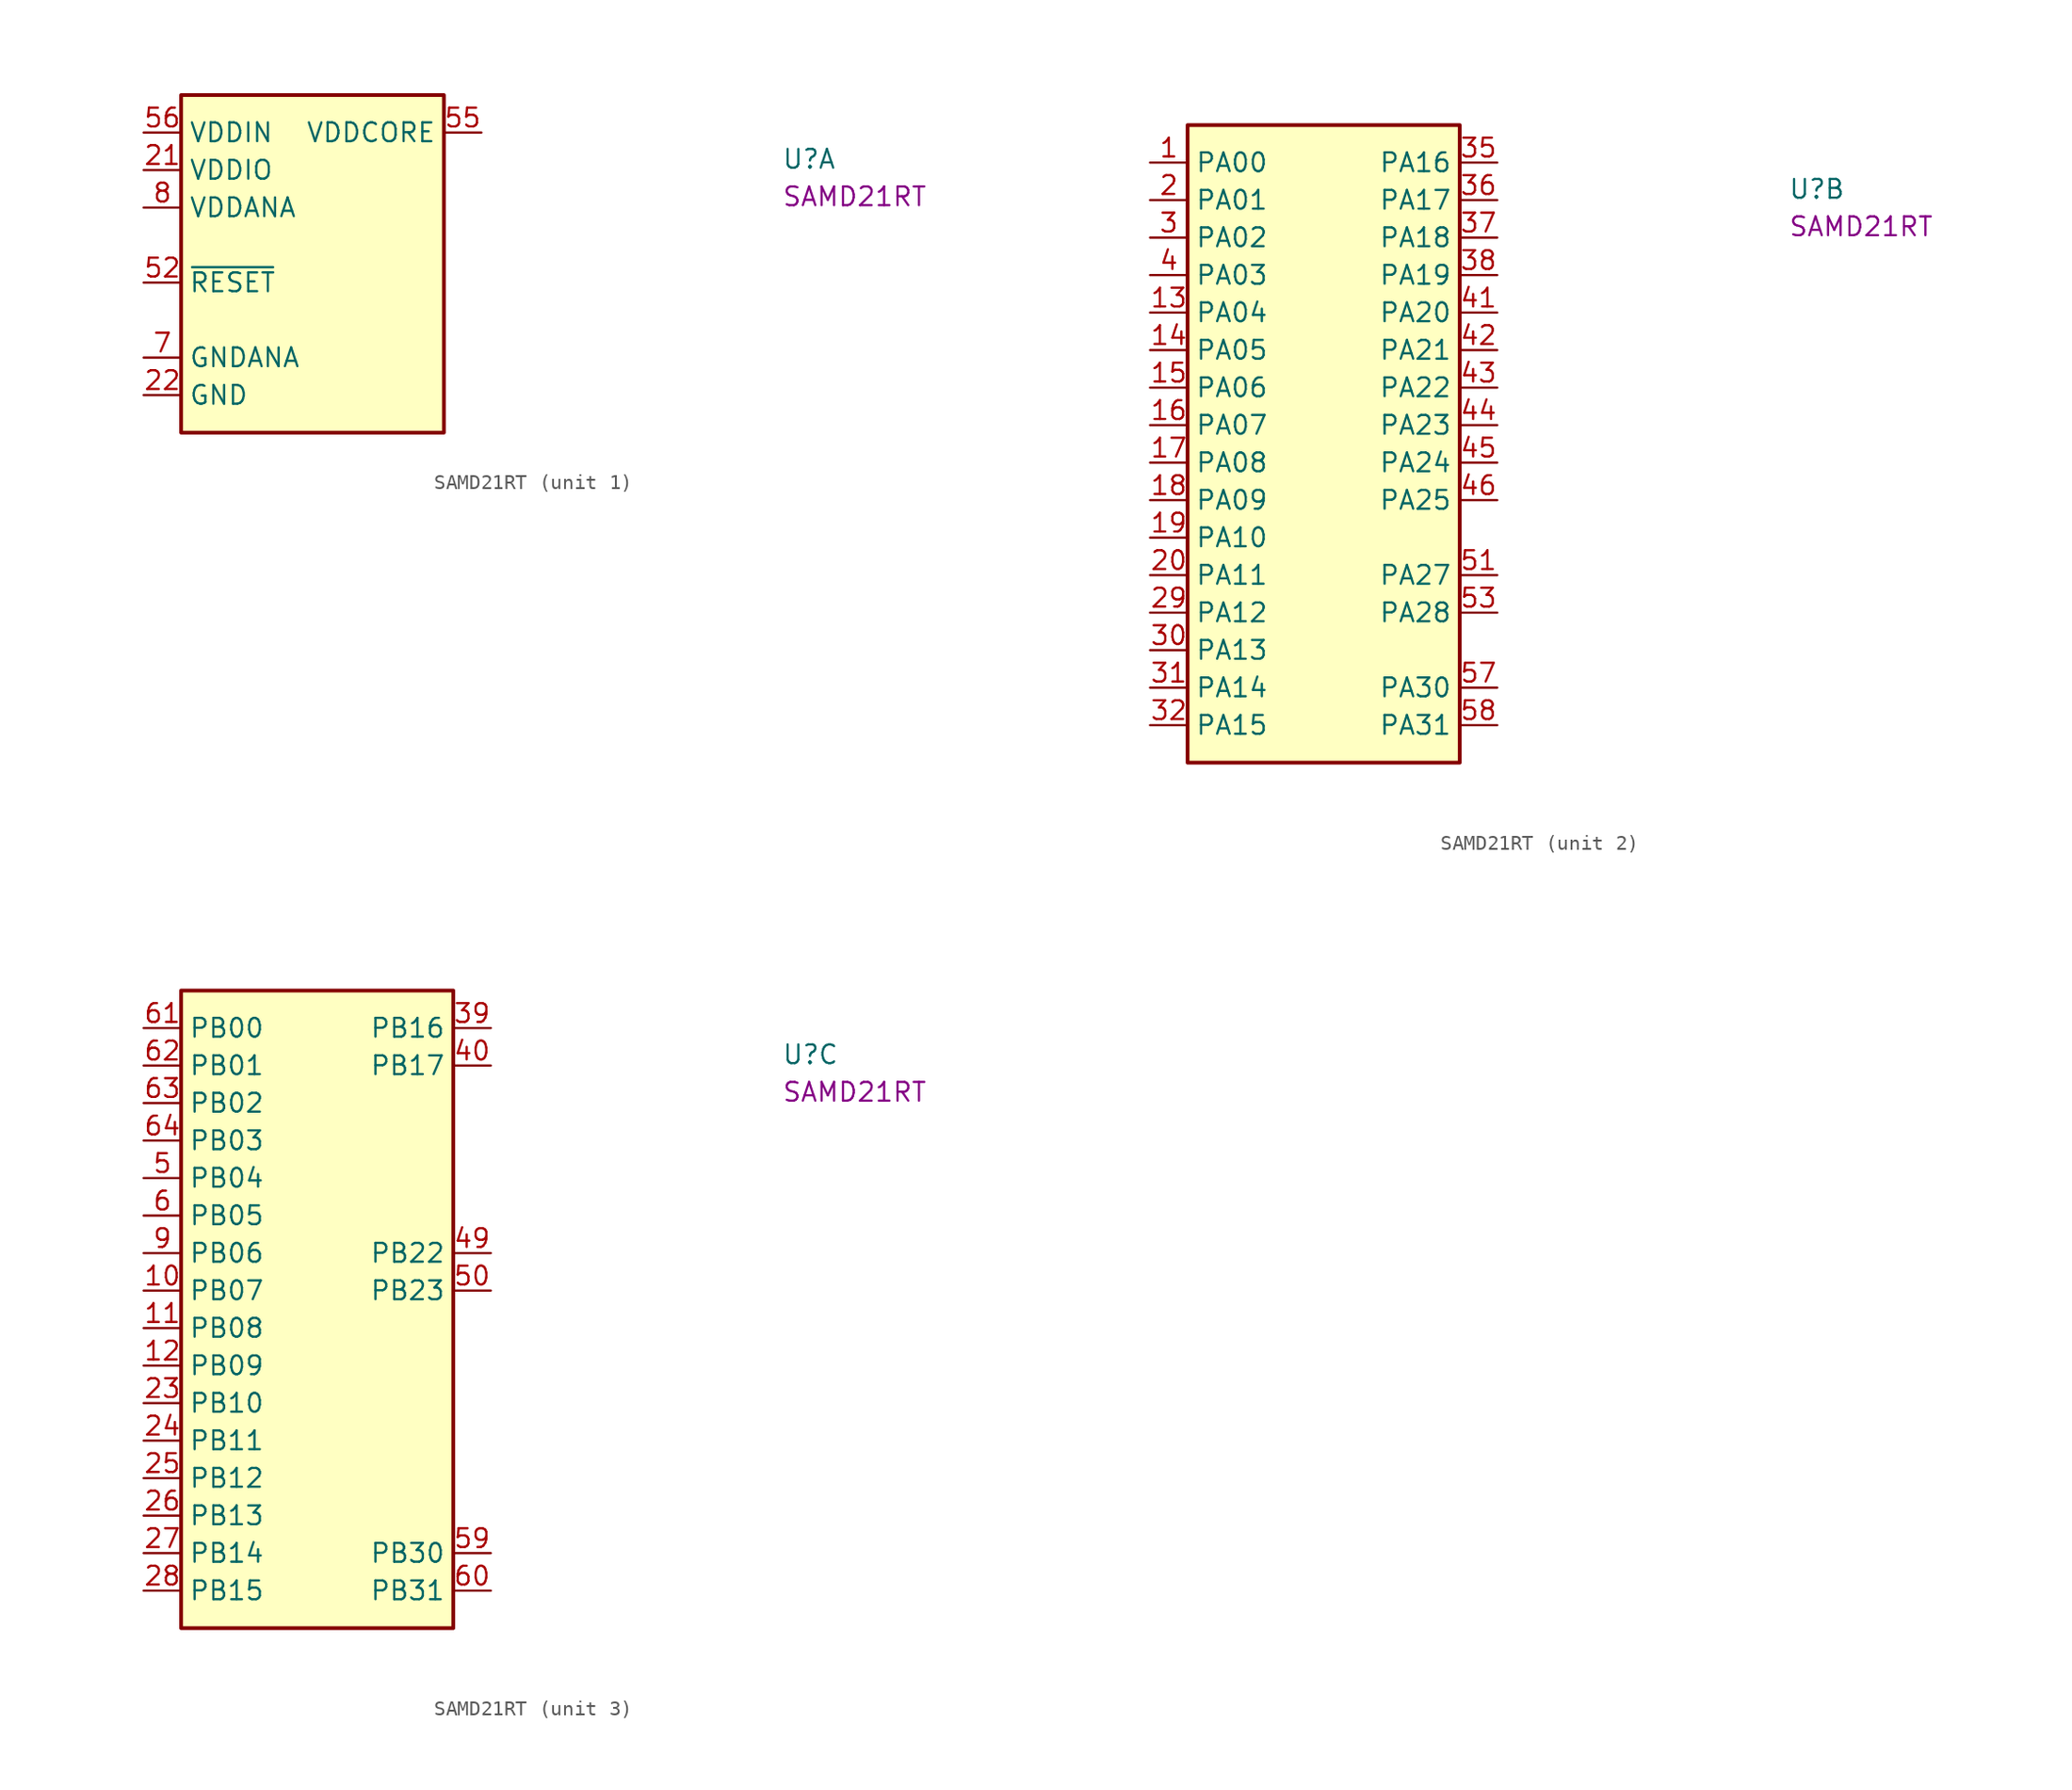
<source format=kicad_sym>
(kicad_symbol_lib
  (version 20220914)
  (generator kicad_symbol_editor)
  (symbol "SAMD21RT"
    (property "Reference" "U"
      (at 43.18 -2.54 0)
      (effects (font (size 1.27 1.27) (thickness 0.15)) (justify left bottom)))
    (property "MPN" "SAMD21RT"
      (at 43.18 -5.08 0)
      (effects (font (size 1.27 1.27) (thickness 0.15)) (justify left bottom)))
    (symbol "SAMD21RT_1_1"
      (rectangle (start 2.54 2.54) (end 20.32 -20.32) (stroke (width 0.254) (type default)) (fill (type background)))
      (pin power_in line (at 0 -2.54 0) (length 2.54) (name "VDDIO" (effects (font (size 1.27 1.27)))) (number "21" (effects (font (size 1.27 1.27)))) (alternate "ADC_IN1" passive line) (alternate "COMP1_INP" passive line) (alternate "LCD_SEG0" passive line) (alternate "TIM2_CH2" passive line) (alternate "USART2_RTS" passive line))
      (pin power_in line (at 0 -17.78 0) (length 2.54) (name "GND" (effects (font (size 1.27 1.27)))) (number "22" (effects (font (size 1.27 1.27)))) (alternate "ADC_IN1" passive line) (alternate "COMP1_INP" passive line) (alternate "LCD_SEG0" passive line) (alternate "TIM2_CH2" passive line) (alternate "USART2_RTS" passive line))
      (pin passive line (at 0 -17.78 0) (length 2.54) hide (name "GND" (effects (font (size 1.27 1.27)))) (number "33" (effects (font (size 1.27 1.27)))) (alternate "ADC_IN1" passive line) (alternate "COMP1_INP" passive line) (alternate "LCD_SEG0" passive line) (alternate "TIM2_CH2" passive line) (alternate "USART2_RTS" passive line))
      (pin passive line (at 0 -2.54 0) (length 2.54) hide (name "VDDIO" (effects (font (size 1.27 1.27)))) (number "34" (effects (font (size 1.27 1.27)))) (alternate "ADC_IN1" passive line) (alternate "COMP1_INP" passive line) (alternate "LCD_SEG0" passive line) (alternate "TIM2_CH2" passive line) (alternate "USART2_RTS" passive line))
      (pin passive line (at 0 -17.78 0) (length 2.54) hide (name "GND" (effects (font (size 1.27 1.27)))) (number "47" (effects (font (size 1.27 1.27)))) (alternate "ADC_IN1" passive line) (alternate "COMP1_INP" passive line) (alternate "LCD_SEG0" passive line) (alternate "TIM2_CH2" passive line) (alternate "USART2_RTS" passive line))
      (pin passive line (at 0 -2.54 0) (length 2.54) hide (name "VDDIO" (effects (font (size 1.27 1.27)))) (number "48" (effects (font (size 1.27 1.27)))) (alternate "ADC_IN1" passive line) (alternate "COMP1_INP" passive line) (alternate "LCD_SEG0" passive line) (alternate "TIM2_CH2" passive line) (alternate "USART2_RTS" passive line))
      (pin input line (at 0 -10.16 0) (length 2.54) (name "~{RESET}" (effects (font (size 1.27 1.27)))) (number "52" (effects (font (size 1.27 1.27)))) (alternate "ADC_IN1" passive line) (alternate "COMP1_INP" passive line) (alternate "LCD_SEG0" passive line) (alternate "TIM2_CH2" passive line) (alternate "USART2_RTS" passive line))
      (pin passive line (at 0 -17.78 0) (length 2.54) hide (name "GND" (effects (font (size 1.27 1.27)))) (number "54" (effects (font (size 1.27 1.27)))) (alternate "ADC_IN1" passive line) (alternate "COMP1_INP" passive line) (alternate "LCD_SEG0" passive line) (alternate "TIM2_CH2" passive line) (alternate "USART2_RTS" passive line))
      (pin power_out line (at 22.86 0 180) (length 2.54) (name "VDDCORE" (effects (font (size 1.27 1.27)))) (number "55" (effects (font (size 1.27 1.27)))) (alternate "ADC_IN1" passive line) (alternate "COMP1_INP" passive line) (alternate "LCD_SEG0" passive line) (alternate "TIM2_CH2" passive line) (alternate "USART2_RTS" passive line))
      (pin power_in line (at 0 0 0) (length 2.54) (name "VDDIN" (effects (font (size 1.27 1.27)))) (number "56" (effects (font (size 1.27 1.27)))) (alternate "ADC_IN1" passive line) (alternate "COMP1_INP" passive line) (alternate "LCD_SEG0" passive line) (alternate "TIM2_CH2" passive line) (alternate "USART2_RTS" passive line))
      (pin power_in line (at 0 -15.24 0) (length 2.54) (name "GNDANA" (effects (font (size 1.27 1.27)))) (number "7" (effects (font (size 1.27 1.27)))) (alternate "ADC_IN1" passive line) (alternate "COMP1_INP" passive line) (alternate "LCD_SEG0" passive line) (alternate "TIM2_CH2" passive line) (alternate "USART2_RTS" passive line))
      (pin power_in line (at 0 -5.08 0) (length 2.54) (name "VDDANA" (effects (font (size 1.27 1.27)))) (number "8" (effects (font (size 1.27 1.27)))) (alternate "ADC_IN1" passive line) (alternate "COMP1_INP" passive line) (alternate "LCD_SEG0" passive line) (alternate "TIM2_CH2" passive line) (alternate "USART2_RTS" passive line)))
    (symbol "SAMD21RT_2_1"
      (rectangle (start 2.54 2.54) (end 20.955 -40.64) (stroke (width 0.254) (type default)) (fill (type background)))
      (pin passive line (at 0 0 0) (length 2.54) (name "PA00" (effects (font (size 1.27 1.27)))) (number "1" (effects (font (size 1.27 1.27)))) (alternate "ADC_IN1" passive line) (alternate "COMP1_INP" passive line) (alternate "LCD_SEG0" passive line) (alternate "TIM2_CH2" passive line) (alternate "USART2_RTS" passive line))
      (pin passive line (at 0 -10.16 0) (length 2.54) (name "PA04" (effects (font (size 1.27 1.27)))) (number "13" (effects (font (size 1.27 1.27)))) (alternate "ADC_IN1" passive line) (alternate "COMP1_INP" passive line) (alternate "LCD_SEG0" passive line) (alternate "TIM2_CH2" passive line) (alternate "USART2_RTS" passive line))
      (pin passive line (at 0 -12.7 0) (length 2.54) (name "PA05" (effects (font (size 1.27 1.27)))) (number "14" (effects (font (size 1.27 1.27)))) (alternate "ADC_IN1" passive line) (alternate "COMP1_INP" passive line) (alternate "LCD_SEG0" passive line) (alternate "TIM2_CH2" passive line) (alternate "USART2_RTS" passive line))
      (pin passive line (at 0 -15.24 0) (length 2.54) (name "PA06" (effects (font (size 1.27 1.27)))) (number "15" (effects (font (size 1.27 1.27)))) (alternate "ADC_IN1" passive line) (alternate "COMP1_INP" passive line) (alternate "LCD_SEG0" passive line) (alternate "TIM2_CH2" passive line) (alternate "USART2_RTS" passive line))
      (pin passive line (at 0 -17.78 0) (length 2.54) (name "PA07" (effects (font (size 1.27 1.27)))) (number "16" (effects (font (size 1.27 1.27)))) (alternate "ADC_IN1" passive line) (alternate "COMP1_INP" passive line) (alternate "LCD_SEG0" passive line) (alternate "TIM2_CH2" passive line) (alternate "USART2_RTS" passive line))
      (pin bidirectional line (at 0 -20.32 0) (length 2.54) (name "PA08" (effects (font (size 1.27 1.27)))) (number "17" (effects (font (size 1.27 1.27)))) (alternate "ADC_IN1" passive line) (alternate "COMP1_INP" passive line) (alternate "LCD_SEG0" passive line) (alternate "TIM2_CH2" passive line) (alternate "USART2_RTS" passive line))
      (pin bidirectional line (at 0 -22.86 0) (length 2.54) (name "PA09" (effects (font (size 1.27 1.27)))) (number "18" (effects (font (size 1.27 1.27)))) (alternate "ADC_IN1" passive line) (alternate "COMP1_INP" passive line) (alternate "LCD_SEG0" passive line) (alternate "TIM2_CH2" passive line) (alternate "USART2_RTS" passive line))
      (pin bidirectional line (at 0 -25.4 0) (length 2.54) (name "PA10" (effects (font (size 1.27 1.27)))) (number "19" (effects (font (size 1.27 1.27)))) (alternate "ADC_IN1" passive line) (alternate "COMP1_INP" passive line) (alternate "LCD_SEG0" passive line) (alternate "TIM2_CH2" passive line) (alternate "USART2_RTS" passive line))
      (pin passive line (at 0 -2.54 0) (length 2.54) (name "PA01" (effects (font (size 1.27 1.27)))) (number "2" (effects (font (size 1.27 1.27)))) (alternate "ADC_IN1" passive line) (alternate "COMP1_INP" passive line) (alternate "LCD_SEG0" passive line) (alternate "TIM2_CH2" passive line) (alternate "USART2_RTS" passive line))
      (pin bidirectional line (at 0 -27.94 0) (length 2.54) (name "PA11" (effects (font (size 1.27 1.27)))) (number "20" (effects (font (size 1.27 1.27)))) (alternate "ADC_IN1" passive line) (alternate "COMP1_INP" passive line) (alternate "LCD_SEG0" passive line) (alternate "TIM2_CH2" passive line) (alternate "USART2_RTS" passive line))
      (pin bidirectional line (at 0 -30.48 0) (length 2.54) (name "PA12" (effects (font (size 1.27 1.27)))) (number "29" (effects (font (size 1.27 1.27)))) (alternate "ADC_IN1" passive line) (alternate "COMP1_INP" passive line) (alternate "LCD_SEG0" passive line) (alternate "TIM2_CH2" passive line) (alternate "USART2_RTS" passive line))
      (pin passive line (at 0 -5.08 0) (length 2.54) (name "PA02" (effects (font (size 1.27 1.27)))) (number "3" (effects (font (size 1.27 1.27)))) (alternate "ADC_IN1" passive line) (alternate "COMP1_INP" passive line) (alternate "LCD_SEG0" passive line) (alternate "TIM2_CH2" passive line) (alternate "USART2_RTS" passive line))
      (pin bidirectional line (at 0 -33.02 0) (length 2.54) (name "PA13" (effects (font (size 1.27 1.27)))) (number "30" (effects (font (size 1.27 1.27)))) (alternate "ADC_IN1" passive line) (alternate "COMP1_INP" passive line) (alternate "LCD_SEG0" passive line) (alternate "TIM2_CH2" passive line) (alternate "USART2_RTS" passive line))
      (pin passive line (at 0 -35.56 0) (length 2.54) (name "PA14" (effects (font (size 1.27 1.27)))) (number "31" (effects (font (size 1.27 1.27)))) (alternate "ADC_IN1" passive line) (alternate "COMP1_INP" passive line) (alternate "LCD_SEG0" passive line) (alternate "TIM2_CH2" passive line) (alternate "USART2_RTS" passive line))
      (pin passive line (at 0 -38.1 0) (length 2.54) (name "PA15" (effects (font (size 1.27 1.27)))) (number "32" (effects (font (size 1.27 1.27)))) (alternate "ADC_IN1" passive line) (alternate "COMP1_INP" passive line) (alternate "LCD_SEG0" passive line) (alternate "TIM2_CH2" passive line) (alternate "USART2_RTS" passive line))
      (pin bidirectional line (at 23.495 0 180) (length 2.54) (name "PA16" (effects (font (size 1.27 1.27)))) (number "35" (effects (font (size 1.27 1.27)))) (alternate "ADC_IN1" passive line) (alternate "COMP1_INP" passive line) (alternate "LCD_SEG0" passive line) (alternate "TIM2_CH2" passive line) (alternate "USART2_RTS" passive line))
      (pin bidirectional line (at 23.495 -2.54 180) (length 2.54) (name "PA17" (effects (font (size 1.27 1.27)))) (number "36" (effects (font (size 1.27 1.27)))) (alternate "ADC_IN1" passive line) (alternate "COMP1_INP" passive line) (alternate "LCD_SEG0" passive line) (alternate "TIM2_CH2" passive line) (alternate "USART2_RTS" passive line))
      (pin bidirectional line (at 23.495 -5.08 180) (length 2.54) (name "PA18" (effects (font (size 1.27 1.27)))) (number "37" (effects (font (size 1.27 1.27)))) (alternate "ADC_IN1" passive line) (alternate "COMP1_INP" passive line) (alternate "LCD_SEG0" passive line) (alternate "TIM2_CH2" passive line) (alternate "USART2_RTS" passive line))
      (pin bidirectional line (at 23.495 -7.62 180) (length 2.54) (name "PA19" (effects (font (size 1.27 1.27)))) (number "38" (effects (font (size 1.27 1.27)))) (alternate "ADC_IN1" passive line) (alternate "COMP1_INP" passive line) (alternate "LCD_SEG0" passive line) (alternate "TIM2_CH2" passive line) (alternate "USART2_RTS" passive line))
      (pin passive line (at 0 -7.62 0) (length 2.54) (name "PA03" (effects (font (size 1.27 1.27)))) (number "4" (effects (font (size 1.27 1.27)))) (alternate "ADC_IN1" passive line) (alternate "COMP1_INP" passive line) (alternate "LCD_SEG0" passive line) (alternate "TIM2_CH2" passive line) (alternate "USART2_RTS" passive line))
      (pin bidirectional line (at 23.495 -10.16 180) (length 2.54) (name "PA20" (effects (font (size 1.27 1.27)))) (number "41" (effects (font (size 1.27 1.27)))) (alternate "ADC_IN1" passive line) (alternate "COMP1_INP" passive line) (alternate "LCD_SEG0" passive line) (alternate "TIM2_CH2" passive line) (alternate "USART2_RTS" passive line))
      (pin bidirectional line (at 23.495 -12.7 180) (length 2.54) (name "PA21" (effects (font (size 1.27 1.27)))) (number "42" (effects (font (size 1.27 1.27)))) (alternate "ADC_IN1" passive line) (alternate "COMP1_INP" passive line) (alternate "LCD_SEG0" passive line) (alternate "TIM2_CH2" passive line) (alternate "USART2_RTS" passive line))
      (pin bidirectional line (at 23.495 -15.24 180) (length 2.54) (name "PA22" (effects (font (size 1.27 1.27)))) (number "43" (effects (font (size 1.27 1.27)))) (alternate "ADC_IN1" passive line) (alternate "COMP1_INP" passive line) (alternate "LCD_SEG0" passive line) (alternate "TIM2_CH2" passive line) (alternate "USART2_RTS" passive line))
      (pin bidirectional line (at 23.495 -17.78 180) (length 2.54) (name "PA23" (effects (font (size 1.27 1.27)))) (number "44" (effects (font (size 1.27 1.27)))) (alternate "ADC_IN1" passive line) (alternate "COMP1_INP" passive line) (alternate "LCD_SEG0" passive line) (alternate "TIM2_CH2" passive line) (alternate "USART2_RTS" passive line))
      (pin bidirectional line (at 23.495 -20.32 180) (length 2.54) (name "PA24" (effects (font (size 1.27 1.27)))) (number "45" (effects (font (size 1.27 1.27)))) (alternate "ADC_IN1" passive line) (alternate "COMP1_INP" passive line) (alternate "LCD_SEG0" passive line) (alternate "TIM2_CH2" passive line) (alternate "USART2_RTS" passive line))
      (pin bidirectional line (at 23.495 -22.86 180) (length 2.54) (name "PA25" (effects (font (size 1.27 1.27)))) (number "46" (effects (font (size 1.27 1.27)))) (alternate "ADC_IN1" passive line) (alternate "COMP1_INP" passive line) (alternate "LCD_SEG0" passive line) (alternate "TIM2_CH2" passive line) (alternate "USART2_RTS" passive line))
      (pin bidirectional line (at 23.495 -27.94 180) (length 2.54) (name "PA27" (effects (font (size 1.27 1.27)))) (number "51" (effects (font (size 1.27 1.27)))) (alternate "ADC_IN1" passive line) (alternate "COMP1_INP" passive line) (alternate "LCD_SEG0" passive line) (alternate "TIM2_CH2" passive line) (alternate "USART2_RTS" passive line))
      (pin bidirectional line (at 23.495 -30.48 180) (length 2.54) (name "PA28" (effects (font (size 1.27 1.27)))) (number "53" (effects (font (size 1.27 1.27)))) (alternate "ADC_IN1" passive line) (alternate "COMP1_INP" passive line) (alternate "LCD_SEG0" passive line) (alternate "TIM2_CH2" passive line) (alternate "USART2_RTS" passive line))
      (pin bidirectional line (at 23.495 -35.56 180) (length 2.54) (name "PA30" (effects (font (size 1.27 1.27)))) (number "57" (effects (font (size 1.27 1.27)))) (alternate "ADC_IN1" passive line) (alternate "COMP1_INP" passive line) (alternate "LCD_SEG0" passive line) (alternate "TIM2_CH2" passive line) (alternate "USART2_RTS" passive line))
      (pin bidirectional line (at 23.495 -38.1 180) (length 2.54) (name "PA31" (effects (font (size 1.27 1.27)))) (number "58" (effects (font (size 1.27 1.27)))) (alternate "ADC_IN1" passive line) (alternate "COMP1_INP" passive line) (alternate "LCD_SEG0" passive line) (alternate "TIM2_CH2" passive line) (alternate "USART2_RTS" passive line)))
    (symbol "SAMD21RT_3_1"
      (rectangle (start 2.54 2.54) (end 20.955 -40.64) (stroke (width 0.254) (type default)) (fill (type background)))
      (pin passive line (at 0 -17.78 0) (length 2.54) (name "PB07" (effects (font (size 1.27 1.27)))) (number "10" (effects (font (size 1.27 1.27)))) (alternate "ADC_IN1" passive line) (alternate "COMP1_INP" passive line) (alternate "LCD_SEG0" passive line) (alternate "TIM2_CH2" passive line) (alternate "USART2_RTS" passive line))
      (pin passive line (at 0 -20.32 0) (length 2.54) (name "PB08" (effects (font (size 1.27 1.27)))) (number "11" (effects (font (size 1.27 1.27)))) (alternate "ADC_IN1" passive line) (alternate "COMP1_INP" passive line) (alternate "LCD_SEG0" passive line) (alternate "TIM2_CH2" passive line) (alternate "USART2_RTS" passive line))
      (pin passive line (at 0 -22.86 0) (length 2.54) (name "PB09" (effects (font (size 1.27 1.27)))) (number "12" (effects (font (size 1.27 1.27)))) (alternate "ADC_IN1" passive line) (alternate "COMP1_INP" passive line) (alternate "LCD_SEG0" passive line) (alternate "TIM2_CH2" passive line) (alternate "USART2_RTS" passive line))
      (pin bidirectional line (at 0 -25.4 0) (length 2.54) (name "PB10" (effects (font (size 1.27 1.27)))) (number "23" (effects (font (size 1.27 1.27)))) (alternate "ADC_IN1" passive line) (alternate "COMP1_INP" passive line) (alternate "LCD_SEG0" passive line) (alternate "TIM2_CH2" passive line) (alternate "USART2_RTS" passive line))
      (pin bidirectional line (at 0 -27.94 0) (length 2.54) (name "PB11" (effects (font (size 1.27 1.27)))) (number "24" (effects (font (size 1.27 1.27)))) (alternate "ADC_IN1" passive line) (alternate "COMP1_INP" passive line) (alternate "LCD_SEG0" passive line) (alternate "TIM2_CH2" passive line) (alternate "USART2_RTS" passive line))
      (pin bidirectional line (at 0 -30.48 0) (length 2.54) (name "PB12" (effects (font (size 1.27 1.27)))) (number "25" (effects (font (size 1.27 1.27)))) (alternate "ADC_IN1" passive line) (alternate "COMP1_INP" passive line) (alternate "LCD_SEG0" passive line) (alternate "TIM2_CH2" passive line) (alternate "USART2_RTS" passive line))
      (pin bidirectional line (at 0 -33.02 0) (length 2.54) (name "PB13" (effects (font (size 1.27 1.27)))) (number "26" (effects (font (size 1.27 1.27)))) (alternate "ADC_IN1" passive line) (alternate "COMP1_INP" passive line) (alternate "LCD_SEG0" passive line) (alternate "TIM2_CH2" passive line) (alternate "USART2_RTS" passive line))
      (pin bidirectional line (at 0 -35.56 0) (length 2.54) (name "PB14" (effects (font (size 1.27 1.27)))) (number "27" (effects (font (size 1.27 1.27)))) (alternate "ADC_IN1" passive line) (alternate "COMP1_INP" passive line) (alternate "LCD_SEG0" passive line) (alternate "TIM2_CH2" passive line) (alternate "USART2_RTS" passive line))
      (pin bidirectional line (at 0 -38.1 0) (length 2.54) (name "PB15" (effects (font (size 1.27 1.27)))) (number "28" (effects (font (size 1.27 1.27)))) (alternate "ADC_IN1" passive line) (alternate "COMP1_INP" passive line) (alternate "LCD_SEG0" passive line) (alternate "TIM2_CH2" passive line) (alternate "USART2_RTS" passive line))
      (pin bidirectional line (at 23.495 0 180) (length 2.54) (name "PB16" (effects (font (size 1.27 1.27)))) (number "39" (effects (font (size 1.27 1.27)))) (alternate "ADC_IN1" passive line) (alternate "COMP1_INP" passive line) (alternate "LCD_SEG0" passive line) (alternate "TIM2_CH2" passive line) (alternate "USART2_RTS" passive line))
      (pin bidirectional line (at 23.495 -2.54 180) (length 2.54) (name "PB17" (effects (font (size 1.27 1.27)))) (number "40" (effects (font (size 1.27 1.27)))) (alternate "ADC_IN1" passive line) (alternate "COMP1_INP" passive line) (alternate "LCD_SEG0" passive line) (alternate "TIM2_CH2" passive line) (alternate "USART2_RTS" passive line))
      (pin bidirectional line (at 23.495 -15.24 180) (length 2.54) (name "PB22" (effects (font (size 1.27 1.27)))) (number "49" (effects (font (size 1.27 1.27)))) (alternate "ADC_IN1" passive line) (alternate "COMP1_INP" passive line) (alternate "LCD_SEG0" passive line) (alternate "TIM2_CH2" passive line) (alternate "USART2_RTS" passive line))
      (pin passive line (at 0 -10.16 0) (length 2.54) (name "PB04" (effects (font (size 1.27 1.27)))) (number "5" (effects (font (size 1.27 1.27)))) (alternate "ADC_IN1" passive line) (alternate "COMP1_INP" passive line) (alternate "LCD_SEG0" passive line) (alternate "TIM2_CH2" passive line) (alternate "USART2_RTS" passive line))
      (pin bidirectional line (at 23.495 -17.78 180) (length 2.54) (name "PB23" (effects (font (size 1.27 1.27)))) (number "50" (effects (font (size 1.27 1.27)))) (alternate "ADC_IN1" passive line) (alternate "COMP1_INP" passive line) (alternate "LCD_SEG0" passive line) (alternate "TIM2_CH2" passive line) (alternate "USART2_RTS" passive line))
      (pin bidirectional line (at 23.495 -35.56 180) (length 2.54) (name "PB30" (effects (font (size 1.27 1.27)))) (number "59" (effects (font (size 1.27 1.27)))) (alternate "ADC_IN1" passive line) (alternate "COMP1_INP" passive line) (alternate "LCD_SEG0" passive line) (alternate "TIM2_CH2" passive line) (alternate "USART2_RTS" passive line))
      (pin passive line (at 0 -12.7 0) (length 2.54) (name "PB05" (effects (font (size 1.27 1.27)))) (number "6" (effects (font (size 1.27 1.27)))) (alternate "ADC_IN1" passive line) (alternate "COMP1_INP" passive line) (alternate "LCD_SEG0" passive line) (alternate "TIM2_CH2" passive line) (alternate "USART2_RTS" passive line))
      (pin bidirectional line (at 23.495 -38.1 180) (length 2.54) (name "PB31" (effects (font (size 1.27 1.27)))) (number "60" (effects (font (size 1.27 1.27)))) (alternate "ADC_IN1" passive line) (alternate "COMP1_INP" passive line) (alternate "LCD_SEG0" passive line) (alternate "TIM2_CH2" passive line) (alternate "USART2_RTS" passive line))
      (pin passive line (at 0 0 0) (length 2.54) (name "PB00" (effects (font (size 1.27 1.27)))) (number "61" (effects (font (size 1.27 1.27)))) (alternate "ADC_IN1" passive line) (alternate "COMP1_INP" passive line) (alternate "LCD_SEG0" passive line) (alternate "TIM2_CH2" passive line) (alternate "USART2_RTS" passive line))
      (pin passive line (at 0 -2.54 0) (length 2.54) (name "PB01" (effects (font (size 1.27 1.27)))) (number "62" (effects (font (size 1.27 1.27)))) (alternate "ADC_IN1" passive line) (alternate "COMP1_INP" passive line) (alternate "LCD_SEG0" passive line) (alternate "TIM2_CH2" passive line) (alternate "USART2_RTS" passive line))
      (pin passive line (at 0 -5.08 0) (length 2.54) (name "PB02" (effects (font (size 1.27 1.27)))) (number "63" (effects (font (size 1.27 1.27)))) (alternate "ADC_IN1" passive line) (alternate "COMP1_INP" passive line) (alternate "LCD_SEG0" passive line) (alternate "TIM2_CH2" passive line) (alternate "USART2_RTS" passive line))
      (pin passive line (at 0 -7.62 0) (length 2.54) (name "PB03" (effects (font (size 1.27 1.27)))) (number "64" (effects (font (size 1.27 1.27)))) (alternate "ADC_IN1" passive line) (alternate "COMP1_INP" passive line) (alternate "LCD_SEG0" passive line) (alternate "TIM2_CH2" passive line) (alternate "USART2_RTS" passive line))
      (pin passive line (at 0 -15.24 0) (length 2.54) (name "PB06" (effects (font (size 1.27 1.27)))) (number "9" (effects (font (size 1.27 1.27)))) (alternate "ADC_IN1" passive line) (alternate "COMP1_INP" passive line) (alternate "LCD_SEG0" passive line) (alternate "TIM2_CH2" passive line) (alternate "USART2_RTS" passive line)))))
</source>
